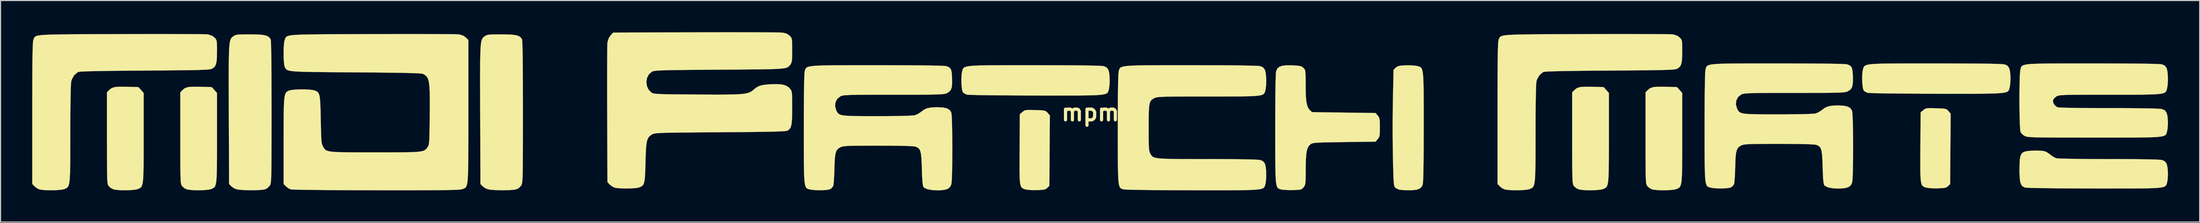
<source format=kicad_pcb>
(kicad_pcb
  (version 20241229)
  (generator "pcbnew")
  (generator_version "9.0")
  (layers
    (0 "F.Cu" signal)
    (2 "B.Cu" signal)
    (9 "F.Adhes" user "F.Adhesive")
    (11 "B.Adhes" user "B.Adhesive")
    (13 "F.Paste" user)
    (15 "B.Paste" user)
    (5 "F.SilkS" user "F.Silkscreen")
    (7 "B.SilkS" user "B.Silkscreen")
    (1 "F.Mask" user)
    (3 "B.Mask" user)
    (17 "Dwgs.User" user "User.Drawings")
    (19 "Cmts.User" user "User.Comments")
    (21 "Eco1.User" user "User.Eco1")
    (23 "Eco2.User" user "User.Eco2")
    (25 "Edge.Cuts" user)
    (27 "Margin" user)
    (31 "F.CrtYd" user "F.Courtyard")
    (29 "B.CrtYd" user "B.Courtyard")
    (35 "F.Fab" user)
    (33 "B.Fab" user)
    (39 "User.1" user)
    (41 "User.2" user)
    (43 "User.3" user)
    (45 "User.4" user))
  (footprint "mpm1"
    (layer "F.Cu")
    (at 100.885 7.614)
    (property "Reference" "mpm1" (at 0 0 0) (layer "F.SilkS") (effects (font (size 1.524 1.524) (thickness 0.3))))
    (attr through_hole)
    (fp_poly (pts (xy 79.044 -0.416) (xy 79.311 -0.409) (xy 79.729 -0.395) (xy 80.014 -0.377) (xy 80.2 -0.347) (xy 80.323 -0.296) (xy 80.418 -0.216) (xy 80.486 -0.14) (xy 80.693 0.101) (xy 80.645 6.769) (xy 80.452 6.962) (xy 80.343 7.053) (xy 80.21 7.112) (xy 80.012 7.147) (xy 79.71 7.166) (xy 79.436 7.175) (xy 78.984 7.173) (xy 78.603 7.146) (xy 78.34 7.097) (xy 78.319 7.09) (xy 78.195 7.043) (xy 78.092 6.989) (xy 78.01 6.911) (xy 77.945 6.795) (xy 77.897 6.625) (xy 77.862 6.384) (xy 77.839 6.058) (xy 77.827 5.631) (xy 77.822 5.086) (xy 77.822 4.408) (xy 77.827 3.582) (xy 77.829 3.273) (xy 77.851 -0.015) (xy 78.097 -0.226) (xy 78.211 -0.317) (xy 78.327 -0.376) (xy 78.479 -0.409) (xy 78.706 -0.42) (xy 79.044 -0.416)) (stroke (width 0.01) (type solid)) (fill yes) (layer "F.SilkS"))
    (fp_poly (pts (xy -6.216 -0.247) (xy -5.949 -0.24) (xy -5.53 -0.226) (xy -5.245 -0.208) (xy -5.059 -0.177) (xy -4.936 -0.126) (xy -4.841 -0.047) (xy -4.773 0.029) (xy -4.566 0.27) (xy -4.59 3.604) (xy -4.614 6.938) (xy -4.807 7.131) (xy -4.916 7.222) (xy -5.05 7.281) (xy -5.247 7.316) (xy -5.549 7.336) (xy -5.823 7.344) (xy -6.276 7.342) (xy -6.656 7.315) (xy -6.919 7.266) (xy -6.94 7.259) (xy -7.065 7.212) (xy -7.167 7.158) (xy -7.249 7.081) (xy -7.314 6.965) (xy -7.362 6.794) (xy -7.397 6.554) (xy -7.42 6.228) (xy -7.433 5.8) (xy -7.438 5.255) (xy -7.437 4.578) (xy -7.432 3.752) (xy -7.43 3.443) (xy -7.408 0.155) (xy -7.163 -0.057) (xy -7.048 -0.148) (xy -6.933 -0.207) (xy -6.78 -0.239) (xy -6.553 -0.251) (xy -6.216 -0.247)) (stroke (width 0.01) (type solid)) (fill yes) (layer "F.SilkS"))
    (fp_poly (pts (xy -84.881 -2.442) (xy -83.89 -2.413) (xy -83.397 -1.86) (xy -83.397 2.376) (xy -83.397 3.379) (xy -83.398 4.226) (xy -83.402 4.932) (xy -83.411 5.51) (xy -83.426 5.974) (xy -83.448 6.338) (xy -83.48 6.615) (xy -83.522 6.82) (xy -83.576 6.967) (xy -83.645 7.069) (xy -83.729 7.14) (xy -83.83 7.194) (xy -83.949 7.245) (xy -83.95 7.246) (xy -84.176 7.3) (xy -84.522 7.337) (xy -84.938 7.356) (xy -85.375 7.357) (xy -85.785 7.339) (xy -86.118 7.301) (xy -86.249 7.273) (xy -86.499 7.147) (xy -86.693 6.973) (xy -86.732 6.919) (xy -86.765 6.856) (xy -86.792 6.77) (xy -86.814 6.646) (xy -86.831 6.47) (xy -86.844 6.227) (xy -86.854 5.903) (xy -86.86 5.484) (xy -86.864 4.955) (xy -86.867 4.302) (xy -86.868 3.511) (xy -86.868 2.567) (xy -86.868 2.413) (xy -86.868 -1.924) (xy -86.647 -2.145) (xy -86.494 -2.273) (xy -86.314 -2.363) (xy -86.077 -2.419) (xy -85.752 -2.447) (xy -85.311 -2.451) (xy -84.881 -2.442)) (stroke (width 0.01) (type solid)) (fill yes) (layer "F.SilkS"))
    (fp_poly (pts (xy 53.803 -2.442) (xy 54.794 -2.413) (xy 55.287 -1.86) (xy 55.287 2.376) (xy 55.287 3.379) (xy 55.286 4.226) (xy 55.282 4.932) (xy 55.273 5.51) (xy 55.258 5.974) (xy 55.236 6.338) (xy 55.204 6.615) (xy 55.162 6.82) (xy 55.108 6.967) (xy 55.039 7.069) (xy 54.955 7.14) (xy 54.854 7.194) (xy 54.735 7.245) (xy 54.734 7.246) (xy 54.508 7.3) (xy 54.162 7.337) (xy 53.746 7.356) (xy 53.309 7.357) (xy 52.899 7.339) (xy 52.566 7.301) (xy 52.435 7.273) (xy 52.185 7.147) (xy 51.991 6.973) (xy 51.952 6.919) (xy 51.919 6.856) (xy 51.892 6.77) (xy 51.87 6.646) (xy 51.853 6.47) (xy 51.84 6.227) (xy 51.83 5.903) (xy 51.824 5.484) (xy 51.82 4.955) (xy 51.817 4.302) (xy 51.816 3.511) (xy 51.816 2.567) (xy 51.816 2.413) (xy 51.816 -1.924) (xy 52.037 -2.145) (xy 52.19 -2.273) (xy 52.37 -2.363) (xy 52.607 -2.419) (xy 52.932 -2.447) (xy 53.373 -2.451) (xy 53.803 -2.442)) (stroke (width 0.01) (type solid)) (fill yes) (layer "F.SilkS"))
    (fp_poly (pts (xy -91.824 -2.442) (xy -90.833 -2.413) (xy -90.586 -2.136) (xy -90.339 -1.86) (xy -90.339 2.376) (xy -90.339 3.379) (xy -90.341 4.226) (xy -90.345 4.932) (xy -90.354 5.51) (xy -90.369 5.974) (xy -90.391 6.338) (xy -90.422 6.615) (xy -90.465 6.82) (xy -90.519 6.967) (xy -90.587 7.069) (xy -90.671 7.14) (xy -90.772 7.194) (xy -90.892 7.245) (xy -90.893 7.246) (xy -91.119 7.3) (xy -91.465 7.337) (xy -91.881 7.356) (xy -92.318 7.357) (xy -92.728 7.339) (xy -93.061 7.301) (xy -93.192 7.273) (xy -93.442 7.147) (xy -93.636 6.973) (xy -93.675 6.919) (xy -93.708 6.856) (xy -93.735 6.77) (xy -93.756 6.646) (xy -93.774 6.47) (xy -93.787 6.227) (xy -93.796 5.903) (xy -93.803 5.484) (xy -93.807 4.955) (xy -93.809 4.302) (xy -93.81 3.511) (xy -93.811 2.567) (xy -93.811 2.413) (xy -93.811 -1.924) (xy -93.59 -2.145) (xy -93.437 -2.273) (xy -93.257 -2.363) (xy -93.019 -2.419) (xy -92.695 -2.447) (xy -92.254 -2.451) (xy -91.824 -2.442)) (stroke (width 0.01) (type solid)) (fill yes) (layer "F.SilkS"))
    (fp_poly (pts (xy 46.86 -2.442) (xy 47.851 -2.413) (xy 48.098 -2.136) (xy 48.345 -1.86) (xy 48.345 2.376) (xy 48.345 3.379) (xy 48.343 4.226) (xy 48.339 4.932) (xy 48.33 5.51) (xy 48.315 5.974) (xy 48.293 6.338) (xy 48.262 6.615) (xy 48.219 6.82) (xy 48.165 6.967) (xy 48.097 7.069) (xy 48.013 7.14) (xy 47.912 7.194) (xy 47.792 7.245) (xy 47.791 7.246) (xy 47.565 7.3) (xy 47.219 7.337) (xy 46.803 7.356) (xy 46.366 7.357) (xy 45.956 7.339) (xy 45.623 7.301) (xy 45.492 7.273) (xy 45.242 7.147) (xy 45.048 6.973) (xy 45.009 6.919) (xy 44.976 6.856) (xy 44.949 6.77) (xy 44.928 6.646) (xy 44.91 6.47) (xy 44.897 6.227) (xy 44.888 5.903) (xy 44.881 5.484) (xy 44.877 4.955) (xy 44.875 4.302) (xy 44.874 3.511) (xy 44.873 2.567) (xy 44.873 2.413) (xy 44.873 -1.924) (xy 45.094 -2.145) (xy 45.247 -2.273) (xy 45.427 -2.363) (xy 45.665 -2.419) (xy 45.989 -2.447) (xy 46.43 -2.451) (xy 46.86 -2.442)) (stroke (width 0.01) (type solid)) (fill yes) (layer "F.SilkS"))
    (fp_poly (pts (xy 29.878 -4.456) (xy 30.166 -4.417) (xy 30.216 -4.405) (xy 30.335 -4.374) (xy 30.437 -4.34) (xy 30.524 -4.291) (xy 30.597 -4.215) (xy 30.657 -4.1) (xy 30.704 -3.934) (xy 30.742 -3.703) (xy 30.77 -3.396) (xy 30.79 -3) (xy 30.804 -2.504) (xy 30.812 -1.894) (xy 30.817 -1.158) (xy 30.818 -0.285) (xy 30.818 0.738) (xy 30.818 1.373) (xy 30.817 2.606) (xy 30.812 3.686) (xy 30.804 4.611) (xy 30.793 5.378) (xy 30.779 5.985) (xy 30.762 6.429) (xy 30.742 6.708) (xy 30.728 6.801) (xy 30.618 7.041) (xy 30.431 7.206) (xy 30.14 7.307) (xy 29.725 7.353) (xy 29.361 7.358) (xy 29.009 7.347) (xy 28.703 7.327) (xy 28.499 7.301) (xy 28.471 7.294) (xy 28.251 7.192) (xy 28.124 7.103) (xy 28.081 7.055) (xy 28.045 6.982) (xy 28.016 6.866) (xy 27.992 6.689) (xy 27.972 6.434) (xy 27.955 6.082) (xy 27.94 5.616) (xy 27.924 5.018) (xy 27.907 4.27) (xy 27.905 4.203) (xy 27.891 3.351) (xy 27.882 2.388) (xy 27.88 1.372) (xy 27.883 0.362) (xy 27.892 -0.587) (xy 27.905 -1.31) (xy 27.965 -4.058) (xy 28.171 -4.252) (xy 28.298 -4.349) (xy 28.457 -4.411) (xy 28.691 -4.449) (xy 29.043 -4.471) (xy 29.115 -4.474) (xy 29.505 -4.476) (xy 29.878 -4.456)) (stroke (width 0.01) (type solid)) (fill yes) (layer "F.SilkS"))
    (fp_poly (pts (xy -79.672 -7.401) (xy -79.209 -7.375) (xy -78.868 -7.325) (xy -78.625 -7.246) (xy -78.455 -7.131) (xy -78.335 -6.976) (xy -78.319 -6.947) (xy -78.301 -6.826) (xy -78.284 -6.537) (xy -78.27 -6.08) (xy -78.258 -5.456) (xy -78.249 -4.666) (xy -78.241 -3.712) (xy -78.236 -2.593) (xy -78.233 -1.31) (xy -78.232 -0.069) (xy -78.232 1.156) (xy -78.233 2.223) (xy -78.234 3.143) (xy -78.237 3.929) (xy -78.24 4.59) (xy -78.245 5.14) (xy -78.251 5.589) (xy -78.26 5.948) (xy -78.271 6.229) (xy -78.285 6.444) (xy -78.301 6.604) (xy -78.32 6.72) (xy -78.343 6.804) (xy -78.37 6.867) (xy -78.397 6.916) (xy -78.646 7.172) (xy -78.884 7.276) (xy -79.126 7.315) (xy -79.49 7.341) (xy -79.929 7.353) (xy -80.398 7.353) (xy -80.849 7.339) (xy -81.236 7.313) (xy -81.512 7.274) (xy -81.546 7.266) (xy -81.815 7.151) (xy -82.044 6.982) (xy -82.054 6.972) (xy -82.254 6.76) (xy -82.277 0.175) (xy -82.281 -1.081) (xy -82.284 -2.18) (xy -82.286 -3.132) (xy -82.285 -3.948) (xy -82.281 -4.639) (xy -82.273 -5.218) (xy -82.26 -5.694) (xy -82.243 -6.079) (xy -82.22 -6.384) (xy -82.19 -6.621) (xy -82.154 -6.801) (xy -82.11 -6.935) (xy -82.057 -7.033) (xy -81.996 -7.109) (xy -81.925 -7.171) (xy -81.845 -7.231) (xy -81.741 -7.299) (xy -81.621 -7.347) (xy -81.455 -7.378) (xy -81.214 -7.397) (xy -80.869 -7.406) (xy -80.389 -7.408) (xy -80.279 -7.408) (xy -79.672 -7.401)) (stroke (width 0.01) (type solid)) (fill yes) (layer "F.SilkS"))
    (fp_poly (pts (xy -55.88 -7.401) (xy -55.418 -7.375) (xy -55.077 -7.325) (xy -54.833 -7.246) (xy -54.664 -7.131) (xy -54.544 -6.976) (xy -54.528 -6.947) (xy -54.509 -6.826) (xy -54.493 -6.537) (xy -54.479 -6.08) (xy -54.467 -5.456) (xy -54.457 -4.666) (xy -54.45 -3.712) (xy -54.445 -2.593) (xy -54.442 -1.31) (xy -54.441 -0.069) (xy -54.441 1.156) (xy -54.442 2.223) (xy -54.443 3.143) (xy -54.445 3.929) (xy -54.449 4.59) (xy -54.453 5.14) (xy -54.46 5.589) (xy -54.469 5.948) (xy -54.48 6.229) (xy -54.493 6.444) (xy -54.51 6.604) (xy -54.529 6.72) (xy -54.552 6.804) (xy -54.578 6.867) (xy -54.606 6.916) (xy -54.855 7.172) (xy -55.092 7.276) (xy -55.334 7.315) (xy -55.698 7.341) (xy -56.138 7.353) (xy -56.607 7.353) (xy -57.058 7.339) (xy -57.445 7.313) (xy -57.721 7.274) (xy -57.755 7.266) (xy -58.023 7.151) (xy -58.253 6.982) (xy -58.263 6.972) (xy -58.462 6.76) (xy -58.485 0.175) (xy -58.49 -1.081) (xy -58.493 -2.18) (xy -58.494 -3.132) (xy -58.493 -3.948) (xy -58.489 -4.639) (xy -58.481 -5.218) (xy -58.469 -5.694) (xy -58.452 -6.079) (xy -58.429 -6.384) (xy -58.399 -6.621) (xy -58.363 -6.801) (xy -58.318 -6.935) (xy -58.266 -7.033) (xy -58.204 -7.109) (xy -58.133 -7.171) (xy -58.054 -7.231) (xy -57.95 -7.299) (xy -57.829 -7.347) (xy -57.664 -7.378) (xy -57.423 -7.397) (xy -57.077 -7.406) (xy -56.598 -7.408) (xy -56.487 -7.408) (xy -55.88 -7.401)) (stroke (width 0.01) (type solid)) (fill yes) (layer "F.SilkS"))
    (fp_poly (pts (xy -6.143 -4.487) (xy -5.993 -4.487) (xy -4.598 -4.485) (xy -3.369 -4.481) (xy -2.306 -4.475) (xy -1.41 -4.466) (xy -0.681 -4.454) (xy -0.12 -4.44) (xy 0.272 -4.423) (xy 0.496 -4.404) (xy 0.536 -4.396) (xy 0.79 -4.286) (xy 0.944 -4.098) (xy 0.98 -4.019) (xy 1.05 -3.743) (xy 1.089 -3.362) (xy 1.096 -2.934) (xy 1.071 -2.521) (xy 1.012 -2.183) (xy 1.01 -2.173) (xy 0.982 -2.071) (xy 0.953 -1.981) (xy 0.912 -1.904) (xy 0.847 -1.838) (xy 0.746 -1.783) (xy 0.6 -1.738) (xy 0.396 -1.701) (xy 0.124 -1.672) (xy -0.227 -1.65) (xy -0.67 -1.635) (xy -1.214 -1.624) (xy -1.872 -1.617) (xy -2.654 -1.614) (xy -3.571 -1.614) (xy -4.635 -1.615) (xy -5.856 -1.616) (xy -5.903 -1.616) (xy -6.931 -1.619) (xy -7.912 -1.623) (xy -8.832 -1.629) (xy -9.678 -1.636) (xy -10.435 -1.645) (xy -11.091 -1.654) (xy -11.631 -1.665) (xy -12.041 -1.677) (xy -12.308 -1.689) (xy -12.414 -1.701) (xy -12.637 -1.796) (xy -12.791 -1.912) (xy -12.855 -2.075) (xy -12.903 -2.361) (xy -12.933 -2.722) (xy -12.942 -3.112) (xy -12.93 -3.485) (xy -12.893 -3.793) (xy -12.874 -3.88) (xy -12.845 -3.991) (xy -12.817 -4.087) (xy -12.778 -4.17) (xy -12.716 -4.241) (xy -12.62 -4.3) (xy -12.479 -4.349) (xy -12.283 -4.389) (xy -12.019 -4.42) (xy -11.677 -4.444) (xy -11.245 -4.461) (xy -10.712 -4.473) (xy -10.067 -4.481) (xy -9.299 -4.485) (xy -8.396 -4.487) (xy -7.348 -4.487) (xy -6.143 -4.487)) (stroke (width 0.01) (type solid)) (fill yes) (layer "F.SilkS"))
    (fp_poly (pts (xy 79.116 -4.656) (xy 79.266 -4.656) (xy 80.662 -4.655) (xy 81.891 -4.651) (xy 82.953 -4.644) (xy 83.849 -4.635) (xy 84.578 -4.624) (xy 85.139 -4.609) (xy 85.531 -4.593) (xy 85.755 -4.573) (xy 85.795 -4.566) (xy 86.049 -4.456) (xy 86.203 -4.267) (xy 86.24 -4.188) (xy 86.309 -3.913) (xy 86.348 -3.531) (xy 86.355 -3.104) (xy 86.33 -2.691) (xy 86.272 -2.352) (xy 86.269 -2.343) (xy 86.242 -2.24) (xy 86.213 -2.151) (xy 86.171 -2.073) (xy 86.106 -2.008) (xy 86.006 -1.953) (xy 85.859 -1.907) (xy 85.656 -1.87) (xy 85.384 -1.842) (xy 85.032 -1.82) (xy 84.589 -1.804) (xy 84.045 -1.793) (xy 83.387 -1.787) (xy 82.606 -1.784) (xy 81.688 -1.783) (xy 80.625 -1.784) (xy 79.403 -1.786) (xy 79.357 -1.786) (xy 78.328 -1.788) (xy 77.347 -1.792) (xy 76.427 -1.798) (xy 75.581 -1.805) (xy 74.824 -1.814) (xy 74.168 -1.824) (xy 73.629 -1.835) (xy 73.218 -1.846) (xy 72.951 -1.859) (xy 72.845 -1.87) (xy 72.623 -1.965) (xy 72.469 -2.082) (xy 72.404 -2.245) (xy 72.356 -2.53) (xy 72.327 -2.891) (xy 72.317 -3.281) (xy 72.33 -3.654) (xy 72.366 -3.963) (xy 72.386 -4.049) (xy 72.414 -4.16) (xy 72.442 -4.256) (xy 72.482 -4.339) (xy 72.544 -4.41) (xy 72.639 -4.469) (xy 72.78 -4.519) (xy 72.977 -4.558) (xy 73.24 -4.589) (xy 73.583 -4.613) (xy 74.015 -4.631) (xy 74.547 -4.643) (xy 75.192 -4.65) (xy 75.96 -4.655) (xy 76.863 -4.656) (xy 77.911 -4.656) (xy 79.116 -4.656)) (stroke (width 0.01) (type solid)) (fill yes) (layer "F.SilkS"))
    (fp_poly (pts (xy 89.019 3.602) (xy 89.371 3.624) (xy 89.597 3.663) (xy 89.806 3.76) (xy 90.047 3.924) (xy 90.121 3.985) (xy 90.369 4.166) (xy 90.628 4.3) (xy 90.694 4.323) (xy 90.834 4.339) (xy 91.129 4.353) (xy 91.565 4.367) (xy 92.128 4.378) (xy 92.803 4.388) (xy 93.576 4.395) (xy 94.432 4.401) (xy 95.358 4.403) (xy 95.673 4.403) (xy 96.842 4.405) (xy 97.864 4.41) (xy 98.736 4.419) (xy 99.454 4.43) (xy 100.014 4.445) (xy 100.414 4.463) (xy 100.65 4.485) (xy 100.697 4.494) (xy 100.95 4.604) (xy 101.104 4.792) (xy 101.141 4.871) (xy 101.21 5.146) (xy 101.249 5.524) (xy 101.257 5.943) (xy 101.233 6.339) (xy 101.176 6.65) (xy 101.165 6.685) (xy 101.133 6.778) (xy 101.098 6.859) (xy 101.049 6.929) (xy 100.975 6.989) (xy 100.865 7.039) (xy 100.707 7.08) (xy 100.49 7.113) (xy 100.203 7.139) (xy 99.834 7.159) (xy 99.373 7.173) (xy 98.808 7.183) (xy 98.129 7.188) (xy 97.322 7.191) (xy 96.379 7.191) (xy 95.286 7.19) (xy 94.258 7.189) (xy 93.115 7.187) (xy 92.053 7.182) (xy 91.082 7.176) (xy 90.213 7.168) (xy 89.457 7.158) (xy 88.823 7.147) (xy 88.323 7.135) (xy 87.967 7.121) (xy 87.765 7.107) (xy 87.73 7.1) (xy 87.538 7.014) (xy 87.397 6.868) (xy 87.3 6.64) (xy 87.241 6.305) (xy 87.212 5.842) (xy 87.207 5.392) (xy 87.215 4.834) (xy 87.243 4.42) (xy 87.298 4.124) (xy 87.388 3.922) (xy 87.517 3.788) (xy 87.657 3.712) (xy 87.881 3.657) (xy 88.219 3.62) (xy 88.617 3.601) (xy 89.019 3.602)) (stroke (width 0.01) (type solid)) (fill yes) (layer "F.SilkS"))
    (fp_poly (pts (xy 18.388 -4.472) (xy 18.781 -4.452) (xy 19.046 -4.423) (xy 19.222 -4.376) (xy 19.352 -4.302) (xy 19.427 -4.237) (xy 19.507 -4.157) (xy 19.564 -4.073) (xy 19.603 -3.957) (xy 19.626 -3.78) (xy 19.638 -3.516) (xy 19.642 -3.136) (xy 19.643 -2.656) (xy 19.65 -1.957) (xy 19.675 -1.406) (xy 19.722 -0.981) (xy 19.792 -0.662) (xy 19.89 -0.428) (xy 20.02 -0.258) (xy 20.035 -0.243) (xy 20.249 -0.042) (xy 23.255 0) (xy 26.262 0.042) (xy 26.466 0.28) (xy 26.558 0.401) (xy 26.618 0.533) (xy 26.652 0.713) (xy 26.667 0.982) (xy 26.67 1.379) (xy 26.67 1.397) (xy 26.667 1.8) (xy 26.652 2.073) (xy 26.62 2.256) (xy 26.561 2.388) (xy 26.47 2.509) (xy 26.466 2.514) (xy 26.262 2.752) (xy 23.297 2.794) (xy 22.508 2.806) (xy 21.871 2.817) (xy 21.368 2.828) (xy 20.98 2.841) (xy 20.69 2.857) (xy 20.479 2.877) (xy 20.331 2.903) (xy 20.227 2.935) (xy 20.149 2.975) (xy 20.093 3.014) (xy 19.95 3.151) (xy 19.84 3.338) (xy 19.76 3.596) (xy 19.704 3.948) (xy 19.67 4.414) (xy 19.653 5.016) (xy 19.649 5.393) (xy 19.646 5.923) (xy 19.639 6.311) (xy 19.626 6.585) (xy 19.602 6.772) (xy 19.564 6.901) (xy 19.509 6.998) (xy 19.438 7.086) (xy 19.335 7.195) (xy 19.227 7.266) (xy 19.075 7.307) (xy 18.838 7.328) (xy 18.478 7.339) (xy 18.401 7.341) (xy 18.008 7.34) (xy 17.648 7.323) (xy 17.375 7.293) (xy 17.287 7.273) (xy 17.184 7.241) (xy 17.095 7.203) (xy 17.019 7.147) (xy 16.956 7.061) (xy 16.905 6.931) (xy 16.863 6.747) (xy 16.831 6.495) (xy 16.806 6.164) (xy 16.789 5.741) (xy 16.777 5.213) (xy 16.77 4.568) (xy 16.766 3.794) (xy 16.765 2.879) (xy 16.764 1.81) (xy 16.764 1.506) (xy 16.766 0.272) (xy 16.771 -0.808) (xy 16.779 -1.733) (xy 16.79 -2.5) (xy 16.804 -3.107) (xy 16.82 -3.551) (xy 16.84 -3.83) (xy 16.855 -3.923) (xy 16.959 -4.16) (xy 17.134 -4.325) (xy 17.403 -4.428) (xy 17.789 -4.475) (xy 18.314 -4.475) (xy 18.388 -4.472)) (stroke (width 0.01) (type solid)) (fill yes) (layer "F.SilkS"))
    (fp_poly (pts (xy -88.179 -7.439) (xy -87.278 -7.437) (xy -86.47 -7.434) (xy -85.767 -7.431) (xy -85.182 -7.426) (xy -84.727 -7.42) (xy -84.415 -7.414) (xy -84.258 -7.406) (xy -84.251 -7.405) (xy -83.846 -7.271) (xy -83.637 -7.111) (xy -83.537 -7.006) (xy -83.47 -6.905) (xy -83.429 -6.772) (xy -83.407 -6.575) (xy -83.398 -6.278) (xy -83.397 -5.849) (xy -83.397 -5.81) (xy -83.404 -5.274) (xy -83.432 -4.878) (xy -83.489 -4.595) (xy -83.582 -4.395) (xy -83.719 -4.252) (xy -83.858 -4.163) (xy -83.92 -4.136) (xy -84.007 -4.112) (xy -84.132 -4.092) (xy -84.306 -4.074) (xy -84.541 -4.058) (xy -84.849 -4.045) (xy -85.242 -4.033) (xy -85.731 -4.023) (xy -86.328 -4.014) (xy -87.046 -4.005) (xy -87.895 -3.997) (xy -88.887 -3.989) (xy -90.036 -3.981) (xy -90.255 -3.979) (xy -91.537 -3.97) (xy -92.656 -3.959) (xy -93.62 -3.948) (xy -94.434 -3.936) (xy -95.107 -3.922) (xy -95.643 -3.908) (xy -96.051 -3.891) (xy -96.337 -3.874) (xy -96.507 -3.854) (xy -96.562 -3.839) (xy -96.911 -3.542) (xy -97.14 -3.136) (xy -97.19 -2.963) (xy -97.211 -2.787) (xy -97.229 -2.449) (xy -97.244 -1.961) (xy -97.257 -1.33) (xy -97.268 -0.566) (xy -97.275 0.322) (xy -97.279 1.326) (xy -97.28 1.971) (xy -97.281 3.02) (xy -97.282 3.914) (xy -97.287 4.664) (xy -97.295 5.284) (xy -97.308 5.788) (xy -97.328 6.189) (xy -97.357 6.5) (xy -97.394 6.735) (xy -97.442 6.906) (xy -97.503 7.026) (xy -97.577 7.11) (xy -97.665 7.169) (xy -97.771 7.219) (xy -97.827 7.242) (xy -98.051 7.296) (xy -98.397 7.334) (xy -98.815 7.356) (xy -99.258 7.359) (xy -99.677 7.345) (xy -100.026 7.312) (xy -100.208 7.276) (xy -100.45 7.158) (xy -100.672 6.981) (xy -100.673 6.98) (xy -100.88 6.76) (xy -100.88 0.057) (xy -100.88 -1.228) (xy -100.878 -2.352) (xy -100.875 -3.327) (xy -100.87 -4.161) (xy -100.864 -4.864) (xy -100.856 -5.445) (xy -100.846 -5.915) (xy -100.834 -6.282) (xy -100.819 -6.557) (xy -100.803 -6.749) (xy -100.783 -6.867) (xy -100.772 -6.903) (xy -100.739 -6.987) (xy -100.71 -7.061) (xy -100.673 -7.126) (xy -100.619 -7.183) (xy -100.538 -7.231) (xy -100.42 -7.273) (xy -100.253 -7.307) (xy -100.029 -7.336) (xy -99.737 -7.359) (xy -99.366 -7.377) (xy -98.907 -7.392) (xy -98.349 -7.403) (xy -97.682 -7.411) (xy -96.897 -7.417) (xy -95.982 -7.422) (xy -94.927 -7.426) (xy -93.723 -7.43) (xy -92.456 -7.434) (xy -91.31 -7.437) (xy -90.207 -7.439) (xy -89.159 -7.439) (xy -88.179 -7.439)) (stroke (width 0.01) (type solid)) (fill yes) (layer "F.SilkS"))
    (fp_poly (pts (xy 50.505 -7.439) (xy 51.406 -7.437) (xy 52.214 -7.434) (xy 52.917 -7.431) (xy 53.502 -7.426) (xy 53.957 -7.42) (xy 54.269 -7.414) (xy 54.426 -7.406) (xy 54.433 -7.405) (xy 54.838 -7.271) (xy 55.047 -7.111) (xy 55.147 -7.006) (xy 55.214 -6.905) (xy 55.255 -6.772) (xy 55.277 -6.575) (xy 55.286 -6.278) (xy 55.287 -5.849) (xy 55.287 -5.81) (xy 55.28 -5.274) (xy 55.252 -4.878) (xy 55.195 -4.595) (xy 55.102 -4.395) (xy 54.965 -4.252) (xy 54.826 -4.163) (xy 54.764 -4.136) (xy 54.677 -4.112) (xy 54.552 -4.092) (xy 54.378 -4.074) (xy 54.143 -4.058) (xy 53.835 -4.045) (xy 53.442 -4.033) (xy 52.953 -4.023) (xy 52.356 -4.014) (xy 51.638 -4.005) (xy 50.789 -3.997) (xy 49.797 -3.989) (xy 48.648 -3.981) (xy 48.429 -3.979) (xy 47.147 -3.97) (xy 46.028 -3.959) (xy 45.064 -3.948) (xy 44.25 -3.936) (xy 43.577 -3.922) (xy 43.041 -3.908) (xy 42.633 -3.891) (xy 42.347 -3.874) (xy 42.177 -3.854) (xy 42.122 -3.839) (xy 41.773 -3.542) (xy 41.544 -3.136) (xy 41.494 -2.963) (xy 41.473 -2.787) (xy 41.455 -2.449) (xy 41.44 -1.961) (xy 41.427 -1.33) (xy 41.416 -0.566) (xy 41.409 0.322) (xy 41.405 1.326) (xy 41.404 1.971) (xy 41.403 3.02) (xy 41.402 3.914) (xy 41.397 4.664) (xy 41.389 5.284) (xy 41.376 5.788) (xy 41.356 6.189) (xy 41.327 6.5) (xy 41.29 6.735) (xy 41.242 6.906) (xy 41.181 7.026) (xy 41.107 7.11) (xy 41.019 7.169) (xy 40.913 7.219) (xy 40.857 7.242) (xy 40.633 7.296) (xy 40.287 7.334) (xy 39.869 7.356) (xy 39.426 7.359) (xy 39.007 7.345) (xy 38.658 7.312) (xy 38.476 7.276) (xy 38.234 7.158) (xy 38.012 6.981) (xy 38.011 6.98) (xy 37.804 6.76) (xy 37.804 0.057) (xy 37.804 -1.228) (xy 37.806 -2.352) (xy 37.809 -3.327) (xy 37.814 -4.161) (xy 37.82 -4.864) (xy 37.828 -5.445) (xy 37.838 -5.915) (xy 37.85 -6.282) (xy 37.865 -6.557) (xy 37.881 -6.749) (xy 37.901 -6.867) (xy 37.912 -6.903) (xy 37.945 -6.987) (xy 37.974 -7.061) (xy 38.011 -7.126) (xy 38.065 -7.183) (xy 38.146 -7.231) (xy 38.264 -7.273) (xy 38.431 -7.307) (xy 38.655 -7.336) (xy 38.947 -7.359) (xy 39.318 -7.377) (xy 39.777 -7.392) (xy 40.335 -7.403) (xy 41.002 -7.411) (xy 41.787 -7.417) (xy 42.702 -7.422) (xy 43.757 -7.426) (xy 44.961 -7.43) (xy 46.228 -7.434) (xy 47.374 -7.437) (xy 48.477 -7.439) (xy 49.525 -7.439) (xy 50.505 -7.439)) (stroke (width 0.01) (type solid)) (fill yes) (layer "F.SilkS"))
    (fp_poly (pts (xy 94.168 -4.656) (xy 95.563 -4.655) (xy 96.792 -4.651) (xy 97.855 -4.644) (xy 98.751 -4.635) (xy 99.479 -4.624) (xy 100.04 -4.609) (xy 100.433 -4.593) (xy 100.657 -4.573) (xy 100.697 -4.566) (xy 100.95 -4.456) (xy 101.104 -4.267) (xy 101.141 -4.188) (xy 101.208 -3.921) (xy 101.247 -3.545) (xy 101.258 -3.118) (xy 101.24 -2.698) (xy 101.191 -2.343) (xy 101.17 -2.258) (xy 101.138 -2.143) (xy 101.1 -2.045) (xy 101.045 -1.962) (xy 100.96 -1.893) (xy 100.832 -1.837) (xy 100.648 -1.793) (xy 100.395 -1.759) (xy 100.061 -1.734) (xy 99.634 -1.716) (xy 99.099 -1.704) (xy 98.445 -1.697) (xy 97.659 -1.694) (xy 96.728 -1.693) (xy 95.74 -1.693) (xy 94.719 -1.693) (xy 93.854 -1.692) (xy 93.131 -1.69) (xy 92.536 -1.686) (xy 92.055 -1.68) (xy 91.675 -1.672) (xy 91.381 -1.66) (xy 91.16 -1.646) (xy 90.999 -1.627) (xy 90.883 -1.604) (xy 90.798 -1.577) (xy 90.731 -1.544) (xy 90.707 -1.53) (xy 90.512 -1.373) (xy 90.389 -1.205) (xy 90.382 -1.187) (xy 90.39 -0.961) (xy 90.518 -0.727) (xy 90.729 -0.545) (xy 90.815 -0.504) (xy 90.944 -0.487) (xy 91.23 -0.472) (xy 91.661 -0.458) (xy 92.224 -0.446) (xy 92.908 -0.437) (xy 93.699 -0.43) (xy 94.587 -0.425) (xy 95.557 -0.423) (xy 95.7 -0.423) (xy 96.864 -0.421) (xy 97.883 -0.416) (xy 98.751 -0.407) (xy 99.466 -0.395) (xy 100.023 -0.38) (xy 100.42 -0.362) (xy 100.652 -0.341) (xy 100.697 -0.332) (xy 100.95 -0.222) (xy 101.104 -0.034) (xy 101.141 0.045) (xy 101.214 0.332) (xy 101.252 0.722) (xy 101.254 1.151) (xy 101.22 1.557) (xy 101.17 1.806) (xy 101.143 1.909) (xy 101.114 1.998) (xy 101.072 2.075) (xy 101.007 2.141) (xy 100.906 2.196) (xy 100.76 2.241) (xy 100.556 2.278) (xy 100.283 2.307) (xy 99.931 2.33) (xy 99.488 2.346) (xy 98.944 2.357) (xy 98.285 2.365) (xy 97.503 2.369) (xy 96.585 2.37) (xy 95.521 2.371) (xy 94.298 2.371) (xy 94.258 2.371) (xy 93.074 2.37) (xy 92.048 2.369) (xy 91.167 2.368) (xy 90.42 2.365) (xy 89.795 2.36) (xy 89.28 2.354) (xy 88.863 2.346) (xy 88.533 2.336) (xy 88.277 2.323) (xy 88.083 2.308) (xy 87.94 2.289) (xy 87.836 2.267) (xy 87.759 2.242) (xy 87.716 2.222) (xy 87.492 2.069) (xy 87.329 1.888) (xy 87.315 1.863) (xy 87.286 1.72) (xy 87.261 1.433) (xy 87.241 1.027) (xy 87.225 0.527) (xy 87.213 -0.042) (xy 87.206 -0.655) (xy 87.204 -1.287) (xy 87.206 -1.912) (xy 87.214 -2.506) (xy 87.226 -3.043) (xy 87.243 -3.499) (xy 87.264 -3.848) (xy 87.291 -4.066) (xy 87.298 -4.092) (xy 87.325 -4.195) (xy 87.354 -4.284) (xy 87.396 -4.362) (xy 87.462 -4.427) (xy 87.563 -4.483) (xy 87.711 -4.528) (xy 87.916 -4.565) (xy 88.19 -4.594) (xy 88.543 -4.616) (xy 88.988 -4.632) (xy 89.536 -4.644) (xy 90.197 -4.651) (xy 90.983 -4.655) (xy 91.905 -4.656) (xy 92.974 -4.656) (xy 94.168 -4.656)) (stroke (width 0.01) (type solid)) (fill yes) (layer "F.SilkS"))
    (fp_poly (pts (xy 8.824 -4.487) (xy 10.219 -4.485) (xy 11.448 -4.481) (xy 12.511 -4.475) (xy 13.407 -4.466) (xy 14.135 -4.454) (xy 14.696 -4.44) (xy 15.089 -4.423) (xy 15.313 -4.404) (xy 15.353 -4.396) (xy 15.606 -4.286) (xy 15.76 -4.098) (xy 15.797 -4.019) (xy 15.864 -3.752) (xy 15.903 -3.376) (xy 15.914 -2.949) (xy 15.896 -2.529) (xy 15.847 -2.173) (xy 15.826 -2.089) (xy 15.794 -1.974) (xy 15.756 -1.875) (xy 15.701 -1.793) (xy 15.616 -1.724) (xy 15.488 -1.668) (xy 15.304 -1.624) (xy 15.051 -1.59) (xy 14.717 -1.564) (xy 14.29 -1.546) (xy 13.755 -1.535) (xy 13.101 -1.528) (xy 12.315 -1.525) (xy 11.384 -1.524) (xy 10.396 -1.524) (xy 9.37 -1.524) (xy 8.499 -1.522) (xy 7.771 -1.52) (xy 7.17 -1.515) (xy 6.684 -1.509) (xy 6.298 -1.5) (xy 5.999 -1.488) (xy 5.773 -1.472) (xy 5.606 -1.453) (xy 5.484 -1.43) (xy 5.394 -1.402) (xy 5.334 -1.376) (xy 5.177 -1.29) (xy 5.053 -1.193) (xy 4.958 -1.065) (xy 4.889 -0.886) (xy 4.84 -0.638) (xy 4.81 -0.298) (xy 4.793 0.151) (xy 4.785 0.73) (xy 4.784 1.439) (xy 4.785 2.111) (xy 4.789 2.635) (xy 4.797 3.034) (xy 4.812 3.329) (xy 4.834 3.543) (xy 4.864 3.696) (xy 4.904 3.812) (xy 4.937 3.88) (xy 4.998 3.988) (xy 5.06 4.08) (xy 5.139 4.157) (xy 5.246 4.221) (xy 5.395 4.273) (xy 5.6 4.313) (xy 5.874 4.345) (xy 6.229 4.368) (xy 6.68 4.384) (xy 7.239 4.394) (xy 7.92 4.4) (xy 8.736 4.402) (xy 9.7 4.403) (xy 10.348 4.403) (xy 11.514 4.405) (xy 12.533 4.41) (xy 13.402 4.419) (xy 14.118 4.431) (xy 14.676 4.446) (xy 15.074 4.464) (xy 15.308 4.485) (xy 15.353 4.494) (xy 15.606 4.604) (xy 15.76 4.792) (xy 15.797 4.871) (xy 15.864 5.138) (xy 15.903 5.514) (xy 15.914 5.941) (xy 15.896 6.361) (xy 15.847 6.717) (xy 15.826 6.801) (xy 15.799 6.904) (xy 15.77 6.993) (xy 15.728 7.071) (xy 15.663 7.136) (xy 15.563 7.191) (xy 15.417 7.237) (xy 15.213 7.274) (xy 14.941 7.302) (xy 14.589 7.324) (xy 14.147 7.34) (xy 13.602 7.351) (xy 12.945 7.357) (xy 12.163 7.36) (xy 11.246 7.361) (xy 10.182 7.36) (xy 8.96 7.358) (xy 8.914 7.358) (xy 7.771 7.356) (xy 6.709 7.351) (xy 5.738 7.345) (xy 4.869 7.337) (xy 4.113 7.327) (xy 3.479 7.316) (xy 2.979 7.304) (xy 2.623 7.29) (xy 2.421 7.276) (xy 2.386 7.27) (xy 2.282 7.239) (xy 2.193 7.202) (xy 2.118 7.147) (xy 2.055 7.061) (xy 2.003 6.932) (xy 1.962 6.749) (xy 1.93 6.497) (xy 1.905 6.166) (xy 1.888 5.742) (xy 1.876 5.214) (xy 1.868 4.569) (xy 1.865 3.795) (xy 1.863 2.88) (xy 1.863 1.811) (xy 1.863 1.506) (xy 1.865 0.272) (xy 1.87 -0.808) (xy 1.878 -1.733) (xy 1.888 -2.5) (xy 1.902 -3.107) (xy 1.919 -3.551) (xy 1.939 -3.83) (xy 1.954 -3.923) (xy 1.981 -4.026) (xy 2.01 -4.115) (xy 2.052 -4.192) (xy 2.118 -4.258) (xy 2.219 -4.313) (xy 2.367 -4.359) (xy 2.572 -4.396) (xy 2.846 -4.425) (xy 3.199 -4.447) (xy 3.644 -4.463) (xy 4.192 -4.474) (xy 4.853 -4.481) (xy 5.639 -4.485) (xy 6.561 -4.487) (xy 7.63 -4.487) (xy 8.824 -4.487)) (stroke (width 0.01) (type solid)) (fill yes) (layer "F.SilkS"))
    (fp_poly (pts (xy -33.849 -7.608) (xy -32.945 -7.607) (xy -32.133 -7.604) (xy -31.426 -7.6) (xy -30.836 -7.595) (xy -30.376 -7.589) (xy -30.06 -7.582) (xy -29.899 -7.575) (xy -29.894 -7.574) (xy -29.552 -7.505) (xy -29.306 -7.377) (xy -29.196 -7.28) (xy -29.099 -7.179) (xy -29.033 -7.081) (xy -28.991 -6.954) (xy -28.968 -6.766) (xy -28.958 -6.484) (xy -28.956 -6.076) (xy -28.956 -5.902) (xy -28.958 -5.434) (xy -28.968 -5.102) (xy -28.99 -4.875) (xy -29.028 -4.72) (xy -29.085 -4.605) (xy -29.132 -4.541) (xy -29.195 -4.46) (xy -29.255 -4.389) (xy -29.325 -4.329) (xy -29.415 -4.278) (xy -29.539 -4.235) (xy -29.707 -4.199) (xy -29.932 -4.17) (xy -30.226 -4.146) (xy -30.599 -4.127) (xy -31.066 -4.112) (xy -31.636 -4.101) (xy -32.322 -4.091) (xy -33.136 -4.083) (xy -34.089 -4.076) (xy -35.194 -4.068) (xy -35.814 -4.064) (xy -36.985 -4.056) (xy -38 -4.048) (xy -38.868 -4.04) (xy -39.604 -4.032) (xy -40.217 -4.024) (xy -40.722 -4.014) (xy -41.129 -4.003) (xy -41.45 -3.991) (xy -41.698 -3.976) (xy -41.884 -3.959) (xy -42.02 -3.939) (xy -42.119 -3.915) (xy -42.192 -3.889) (xy -42.234 -3.868) (xy -42.517 -3.626) (xy -42.691 -3.294) (xy -42.755 -2.915) (xy -42.709 -2.529) (xy -42.55 -2.177) (xy -42.28 -1.9) (xy -42.274 -1.896) (xy -42.212 -1.86) (xy -42.134 -1.829) (xy -42.025 -1.803) (xy -41.871 -1.782) (xy -41.656 -1.765) (xy -41.367 -1.752) (xy -40.987 -1.741) (xy -40.503 -1.733) (xy -39.899 -1.726) (xy -39.161 -1.719) (xy -38.274 -1.714) (xy -37.899 -1.711) (xy -36.881 -1.706) (xy -36.016 -1.704) (xy -35.292 -1.706) (xy -34.692 -1.714) (xy -34.203 -1.729) (xy -33.81 -1.753) (xy -33.497 -1.786) (xy -33.25 -1.831) (xy -33.054 -1.888) (xy -32.895 -1.96) (xy -32.758 -2.046) (xy -32.627 -2.149) (xy -32.568 -2.201) (xy -32.333 -2.385) (xy -32.091 -2.513) (xy -31.802 -2.598) (xy -31.424 -2.652) (xy -30.946 -2.685) (xy -30.356 -2.697) (xy -29.903 -2.658) (xy -29.56 -2.563) (xy -29.301 -2.406) (xy -29.174 -2.278) (xy -29.097 -2.183) (xy -29.041 -2.088) (xy -29.002 -1.968) (xy -28.978 -1.795) (xy -28.964 -1.544) (xy -28.958 -1.186) (xy -28.956 -0.697) (xy -28.956 -0.455) (xy -28.96 0.176) (xy -28.975 0.66) (xy -29.007 1.022) (xy -29.059 1.284) (xy -29.137 1.47) (xy -29.246 1.602) (xy -29.389 1.705) (xy -29.401 1.712) (xy -29.475 1.734) (xy -29.622 1.753) (xy -29.853 1.771) (xy -30.176 1.786) (xy -30.601 1.8) (xy -31.138 1.813) (xy -31.797 1.824) (xy -32.588 1.835) (xy -33.519 1.845) (xy -34.6 1.854) (xy -35.772 1.863) (xy -36.944 1.871) (xy -37.959 1.878) (xy -38.829 1.886) (xy -39.565 1.893) (xy -40.179 1.902) (xy -40.685 1.911) (xy -41.092 1.921) (xy -41.414 1.933) (xy -41.662 1.947) (xy -41.848 1.964) (xy -41.984 1.984) (xy -42.083 2.007) (xy -42.156 2.033) (xy -42.215 2.064) (xy -42.226 2.071) (xy -42.395 2.186) (xy -42.527 2.317) (xy -42.628 2.487) (xy -42.702 2.716) (xy -42.755 3.027) (xy -42.793 3.441) (xy -42.818 3.98) (xy -42.838 4.666) (xy -42.839 4.699) (xy -42.857 5.363) (xy -42.878 5.879) (xy -42.907 6.269) (xy -42.95 6.552) (xy -43.011 6.752) (xy -43.095 6.889) (xy -43.208 6.984) (xy -43.353 7.059) (xy -43.396 7.077) (xy -43.615 7.129) (xy -43.956 7.166) (xy -44.37 7.186) (xy -44.809 7.19) (xy -45.227 7.176) (xy -45.575 7.144) (xy -45.767 7.106) (xy -46.01 6.989) (xy -46.231 6.812) (xy -46.233 6.811) (xy -46.44 6.59) (xy -46.465 0.141) (xy -46.468 -0.898) (xy -46.47 -1.895) (xy -46.471 -2.836) (xy -46.47 -3.706) (xy -46.468 -4.492) (xy -46.464 -5.18) (xy -46.459 -5.755) (xy -46.454 -6.204) (xy -46.447 -6.513) (xy -46.439 -6.668) (xy -46.438 -6.673) (xy -46.307 -7.071) (xy -46.144 -7.308) (xy -45.903 -7.578) (xy -38.128 -7.603) (xy -36.984 -7.606) (xy -35.882 -7.608) (xy -34.832 -7.609) (xy -33.849 -7.608)) (stroke (width 0.01) (type solid)) (fill yes) (layer "F.SilkS"))
    (fp_poly (pts (xy -20.894 -4.487) (xy -19.621 -4.486) (xy -18.472 -4.482) (xy -17.452 -4.476) (xy -16.566 -4.468) (xy -15.822 -4.458) (xy -15.225 -4.446) (xy -14.78 -4.431) (xy -14.494 -4.415) (xy -14.381 -4.401) (xy -14.156 -4.321) (xy -14.003 -4.21) (xy -13.908 -4.034) (xy -13.854 -3.763) (xy -13.826 -3.362) (xy -13.821 -3.229) (xy -13.817 -2.75) (xy -13.85 -2.406) (xy -13.933 -2.163) (xy -14.076 -1.989) (xy -14.291 -1.851) (xy -14.31 -1.842) (xy -14.384 -1.81) (xy -14.479 -1.783) (xy -14.608 -1.76) (xy -14.785 -1.742) (xy -15.023 -1.727) (xy -15.337 -1.716) (xy -15.741 -1.707) (xy -16.247 -1.701) (xy -16.871 -1.697) (xy -17.625 -1.695) (xy -18.524 -1.694) (xy -19.346 -1.693) (xy -20.369 -1.693) (xy -21.237 -1.692) (xy -21.963 -1.689) (xy -22.561 -1.685) (xy -23.045 -1.678) (xy -23.428 -1.669) (xy -23.725 -1.657) (xy -23.95 -1.641) (xy -24.115 -1.622) (xy -24.236 -1.599) (xy -24.325 -1.571) (xy -24.383 -1.545) (xy -24.68 -1.31) (xy -24.853 -0.986) (xy -24.892 -0.609) (xy -24.788 -0.217) (xy -24.764 -0.167) (xy -24.696 -0.044) (xy -24.623 0.057) (xy -24.528 0.139) (xy -24.394 0.203) (xy -24.206 0.251) (xy -23.947 0.287) (xy -23.602 0.311) (xy -23.155 0.326) (xy -22.588 0.334) (xy -21.887 0.338) (xy -21.035 0.338) (xy -20.896 0.338) (xy -20.01 0.336) (xy -19.229 0.328) (xy -18.564 0.317) (xy -18.028 0.301) (xy -17.632 0.282) (xy -17.388 0.26) (xy -17.333 0.249) (xy -17.06 0.132) (xy -16.783 -0.045) (xy -16.724 -0.094) (xy -16.461 -0.288) (xy -16.171 -0.413) (xy -15.811 -0.482) (xy -15.337 -0.507) (xy -15.217 -0.508) (xy -14.696 -0.482) (xy -14.318 -0.4) (xy -14.063 -0.254) (xy -13.912 -0.036) (xy -13.897 0.004) (xy -13.871 0.162) (xy -13.85 0.467) (xy -13.832 0.892) (xy -13.818 1.416) (xy -13.808 2.014) (xy -13.801 2.662) (xy -13.799 3.336) (xy -13.8 4.013) (xy -13.805 4.668) (xy -13.814 5.278) (xy -13.827 5.819) (xy -13.844 6.268) (xy -13.864 6.6) (xy -13.889 6.791) (xy -13.892 6.801) (xy -14.011 7.051) (xy -14.222 7.221) (xy -14.545 7.322) (xy -15.003 7.363) (xy -15.174 7.366) (xy -15.737 7.337) (xy -16.168 7.254) (xy -16.454 7.12) (xy -16.522 7.055) (xy -16.568 6.947) (xy -16.606 6.733) (xy -16.636 6.398) (xy -16.661 5.925) (xy -16.68 5.342) (xy -16.701 4.716) (xy -16.729 4.237) (xy -16.772 3.882) (xy -16.835 3.629) (xy -16.924 3.454) (xy -17.048 3.337) (xy -17.211 3.253) (xy -17.29 3.224) (xy -17.456 3.197) (xy -17.785 3.175) (xy -18.273 3.158) (xy -18.914 3.145) (xy -19.702 3.136) (xy -20.632 3.133) (xy -20.819 3.133) (xy -21.66 3.133) (xy -22.348 3.136) (xy -22.9 3.14) (xy -23.335 3.148) (xy -23.669 3.16) (xy -23.918 3.176) (xy -24.101 3.197) (xy -24.234 3.224) (xy -24.335 3.258) (xy -24.384 3.281) (xy -24.565 3.388) (xy -24.702 3.521) (xy -24.801 3.703) (xy -24.869 3.959) (xy -24.914 4.314) (xy -24.941 4.793) (xy -24.956 5.334) (xy -24.972 5.821) (xy -24.995 6.262) (xy -25.023 6.625) (xy -25.054 6.875) (xy -25.074 6.958) (xy -25.235 7.17) (xy -25.421 7.276) (xy -25.662 7.323) (xy -26.014 7.35) (xy -26.42 7.355) (xy -26.824 7.34) (xy -27.167 7.304) (xy -27.332 7.27) (xy -27.436 7.239) (xy -27.525 7.202) (xy -27.6 7.147) (xy -27.663 7.061) (xy -27.715 6.932) (xy -27.756 6.749) (xy -27.788 6.497) (xy -27.813 6.166) (xy -27.83 5.742) (xy -27.842 5.214) (xy -27.85 4.569) (xy -27.853 3.795) (xy -27.855 2.88) (xy -27.855 1.811) (xy -27.855 1.506) (xy -27.853 0.272) (xy -27.848 -0.808) (xy -27.84 -1.733) (xy -27.83 -2.5) (xy -27.816 -3.107) (xy -27.799 -3.551) (xy -27.779 -3.83) (xy -27.764 -3.923) (xy -27.737 -4.026) (xy -27.708 -4.115) (xy -27.666 -4.192) (xy -27.6 -4.258) (xy -27.499 -4.313) (xy -27.351 -4.359) (xy -27.146 -4.396) (xy -26.872 -4.425) (xy -26.519 -4.447) (xy -26.074 -4.463) (xy -25.526 -4.474) (xy -24.865 -4.481) (xy -24.079 -4.485) (xy -23.157 -4.487) (xy -22.088 -4.487) (xy -20.894 -4.487)) (stroke (width 0.01) (type solid)) (fill yes) (layer "F.SilkS"))
    (fp_poly (pts (xy 64.365 -4.656) (xy 65.638 -4.655) (xy 66.787 -4.651) (xy 67.808 -4.645) (xy 68.693 -4.637) (xy 69.437 -4.627) (xy 70.034 -4.615) (xy 70.479 -4.601) (xy 70.765 -4.585) (xy 70.878 -4.57) (xy 71.103 -4.491) (xy 71.256 -4.379) (xy 71.352 -4.204) (xy 71.406 -3.932) (xy 71.434 -3.532) (xy 71.439 -3.398) (xy 71.443 -2.919) (xy 71.409 -2.575) (xy 71.327 -2.332) (xy 71.183 -2.159) (xy 70.968 -2.02) (xy 70.949 -2.011) (xy 70.875 -1.979) (xy 70.78 -1.952) (xy 70.652 -1.93) (xy 70.475 -1.911) (xy 70.236 -1.896) (xy 69.922 -1.885) (xy 69.519 -1.876) (xy 69.012 -1.87) (xy 68.388 -1.866) (xy 67.634 -1.864) (xy 66.735 -1.863) (xy 65.913 -1.863) (xy 64.89 -1.862) (xy 64.022 -1.861) (xy 63.296 -1.858) (xy 62.698 -1.854) (xy 62.215 -1.847) (xy 61.831 -1.838) (xy 61.534 -1.826) (xy 61.309 -1.811) (xy 61.144 -1.791) (xy 61.023 -1.768) (xy 60.934 -1.74) (xy 60.877 -1.714) (xy 60.58 -1.479) (xy 60.407 -1.155) (xy 60.367 -0.779) (xy 60.471 -0.386) (xy 60.496 -0.336) (xy 60.563 -0.213) (xy 60.636 -0.112) (xy 60.731 -0.031) (xy 60.865 0.033) (xy 61.053 0.082) (xy 61.312 0.117) (xy 61.657 0.141) (xy 62.105 0.157) (xy 62.671 0.165) (xy 63.372 0.168) (xy 64.225 0.169) (xy 64.364 0.169) (xy 65.249 0.166) (xy 66.031 0.159) (xy 66.695 0.148) (xy 67.232 0.132) (xy 67.628 0.113) (xy 67.871 0.09) (xy 67.926 0.08) (xy 68.199 -0.037) (xy 68.476 -0.215) (xy 68.535 -0.263) (xy 68.798 -0.457) (xy 69.088 -0.583) (xy 69.448 -0.652) (xy 69.922 -0.677) (xy 70.043 -0.677) (xy 70.563 -0.652) (xy 70.941 -0.57) (xy 71.196 -0.423) (xy 71.347 -0.206) (xy 71.363 -0.166) (xy 71.388 -0.007) (xy 71.41 0.297) (xy 71.427 0.723) (xy 71.441 1.247) (xy 71.452 1.844) (xy 71.458 2.492) (xy 71.461 3.167) (xy 71.46 3.843) (xy 71.454 4.499) (xy 71.445 5.109) (xy 71.433 5.65) (xy 71.416 6.099) (xy 71.395 6.43) (xy 71.37 6.622) (xy 71.368 6.632) (xy 71.248 6.881) (xy 71.037 7.052) (xy 70.714 7.153) (xy 70.256 7.194) (xy 70.086 7.196) (xy 69.522 7.168) (xy 69.091 7.085) (xy 68.806 6.951) (xy 68.737 6.886) (xy 68.691 6.778) (xy 68.654 6.564) (xy 68.623 6.229) (xy 68.599 5.756) (xy 68.579 5.173) (xy 68.558 4.547) (xy 68.53 4.068) (xy 68.487 3.713) (xy 68.425 3.459) (xy 68.335 3.285) (xy 68.212 3.167) (xy 68.048 3.084) (xy 67.969 3.054) (xy 67.804 3.028) (xy 67.474 3.006) (xy 66.986 2.988) (xy 66.346 2.975) (xy 65.557 2.967) (xy 64.627 2.964) (xy 64.44 2.963) (xy 63.6 2.964) (xy 62.912 2.966) (xy 62.359 2.971) (xy 61.924 2.979) (xy 61.591 2.99) (xy 61.341 3.007) (xy 61.158 3.028) (xy 61.025 3.055) (xy 60.925 3.089) (xy 60.875 3.112) (xy 60.694 3.219) (xy 60.558 3.351) (xy 60.459 3.533) (xy 60.39 3.79) (xy 60.346 4.145) (xy 60.318 4.623) (xy 60.303 5.165) (xy 60.288 5.651) (xy 60.264 6.093) (xy 60.236 6.456) (xy 60.205 6.705) (xy 60.185 6.789) (xy 60.025 7.001) (xy 59.839 7.107) (xy 59.598 7.154) (xy 59.245 7.18) (xy 58.839 7.186) (xy 58.436 7.171) (xy 58.092 7.135) (xy 57.927 7.1) (xy 57.824 7.069) (xy 57.735 7.033) (xy 57.659 6.977) (xy 57.596 6.892) (xy 57.545 6.763) (xy 57.503 6.579) (xy 57.471 6.328) (xy 57.446 5.997) (xy 57.429 5.573) (xy 57.417 5.045) (xy 57.41 4.4) (xy 57.406 3.626) (xy 57.405 2.711) (xy 57.404 1.641) (xy 57.404 1.336) (xy 57.406 0.103) (xy 57.411 -0.977) (xy 57.419 -1.902) (xy 57.43 -2.669) (xy 57.444 -3.276) (xy 57.46 -3.72) (xy 57.48 -3.999) (xy 57.495 -4.092) (xy 57.523 -4.195) (xy 57.552 -4.284) (xy 57.594 -4.362) (xy 57.659 -4.427) (xy 57.761 -4.483) (xy 57.908 -4.528) (xy 58.113 -4.565) (xy 58.387 -4.594) (xy 58.741 -4.616) (xy 59.186 -4.632) (xy 59.733 -4.644) (xy 60.394 -4.651) (xy 61.18 -4.655) (xy 62.102 -4.656) (xy 63.171 -4.656) (xy 64.365 -4.656)) (stroke (width 0.01) (type solid)) (fill yes) (layer "F.SilkS"))
    (fp_poly (pts (xy -64.387 -7.439) (xy -63.487 -7.437) (xy -62.679 -7.434) (xy -61.976 -7.431) (xy -61.391 -7.426) (xy -60.936 -7.42) (xy -60.624 -7.414) (xy -60.467 -7.406) (xy -60.459 -7.405) (xy -60.055 -7.271) (xy -59.846 -7.111) (xy -59.605 -6.871) (xy -59.605 -0.129) (xy -59.605 1.135) (xy -59.605 2.242) (xy -59.607 3.2) (xy -59.61 4.022) (xy -59.615 4.719) (xy -59.625 5.301) (xy -59.639 5.779) (xy -59.657 6.165) (xy -59.682 6.468) (xy -59.714 6.701) (xy -59.753 6.874) (xy -59.801 6.997) (xy -59.858 7.083) (xy -59.926 7.141) (xy -60.004 7.183) (xy -60.094 7.22) (xy -60.159 7.246) (xy -60.23 7.266) (xy -60.344 7.285) (xy -60.512 7.301) (xy -60.743 7.314) (xy -61.047 7.326) (xy -61.434 7.336) (xy -61.913 7.343) (xy -62.495 7.349) (xy -63.19 7.354) (xy -64.008 7.357) (xy -64.957 7.359) (xy -66.049 7.36) (xy -67.294 7.359) (xy -68.302 7.358) (xy -69.446 7.356) (xy -70.546 7.353) (xy -71.589 7.348) (xy -72.562 7.342) (xy -73.454 7.335) (xy -74.253 7.327) (xy -74.945 7.319) (xy -75.519 7.309) (xy -75.963 7.299) (xy -76.263 7.288) (xy -76.409 7.277) (xy -76.416 7.276) (xy -76.659 7.158) (xy -76.881 6.981) (xy -76.882 6.98) (xy -77.089 6.76) (xy -77.089 2.681) (xy -77.089 1.689) (xy -77.087 0.851) (xy -77.082 0.155) (xy -77.072 -0.413) (xy -77.056 -0.868) (xy -77.032 -1.224) (xy -76.999 -1.495) (xy -76.956 -1.693) (xy -76.9 -1.835) (xy -76.83 -1.932) (xy -76.744 -2.001) (xy -76.642 -2.053) (xy -76.569 -2.085) (xy -76.339 -2.14) (xy -75.99 -2.178) (xy -75.569 -2.198) (xy -75.126 -2.198) (xy -74.709 -2.18) (xy -74.366 -2.141) (xy -74.231 -2.112) (xy -74.06 -2.059) (xy -73.925 -1.992) (xy -73.82 -1.893) (xy -73.741 -1.742) (xy -73.683 -1.522) (xy -73.643 -1.213) (xy -73.615 -0.796) (xy -73.595 -0.253) (xy -73.58 0.434) (xy -73.575 0.673) (xy -73.562 1.355) (xy -73.548 1.89) (xy -73.533 2.298) (xy -73.514 2.602) (xy -73.49 2.822) (xy -73.459 2.982) (xy -73.418 3.102) (xy -73.367 3.204) (xy -73.359 3.217) (xy -73.289 3.336) (xy -73.221 3.437) (xy -73.14 3.521) (xy -73.032 3.589) (xy -72.884 3.643) (xy -72.68 3.685) (xy -72.408 3.716) (xy -72.053 3.739) (xy -71.6 3.753) (xy -71.037 3.762) (xy -70.347 3.766) (xy -69.519 3.768) (xy -68.537 3.768) (xy -68.411 3.768) (xy -67.415 3.768) (xy -66.574 3.766) (xy -65.874 3.763) (xy -65.301 3.755) (xy -64.839 3.742) (xy -64.475 3.722) (xy -64.195 3.694) (xy -63.984 3.657) (xy -63.828 3.608) (xy -63.712 3.547) (xy -63.622 3.472) (xy -63.545 3.381) (xy -63.465 3.275) (xy -63.417 3.203) (xy -63.378 3.12) (xy -63.348 3.007) (xy -63.324 2.845) (xy -63.306 2.616) (xy -63.292 2.302) (xy -63.282 1.884) (xy -63.273 1.344) (xy -63.266 0.663) (xy -63.261 0.227) (xy -63.255 -0.651) (xy -63.256 -1.376) (xy -63.266 -1.965) (xy -63.289 -2.433) (xy -63.328 -2.798) (xy -63.385 -3.075) (xy -63.462 -3.281) (xy -63.564 -3.433) (xy -63.692 -3.546) (xy -63.85 -3.637) (xy -63.923 -3.672) (xy -64.033 -3.692) (xy -64.269 -3.712) (xy -64.636 -3.729) (xy -65.14 -3.745) (xy -65.786 -3.76) (xy -66.579 -3.774) (xy -67.524 -3.786) (xy -68.626 -3.797) (xy -69.892 -3.807) (xy -70.273 -3.81) (xy -71.472 -3.818) (xy -72.512 -3.826) (xy -73.407 -3.834) (xy -74.166 -3.843) (xy -74.803 -3.854) (xy -75.329 -3.868) (xy -75.754 -3.885) (xy -76.091 -3.907) (xy -76.352 -3.935) (xy -76.547 -3.968) (xy -76.689 -4.009) (xy -76.789 -4.057) (xy -76.858 -4.114) (xy -76.909 -4.181) (xy -76.953 -4.258) (xy -76.974 -4.298) (xy -77.026 -4.487) (xy -77.064 -4.802) (xy -77.086 -5.2) (xy -77.092 -5.639) (xy -77.083 -6.074) (xy -77.059 -6.464) (xy -77.019 -6.766) (xy -76.981 -6.903) (xy -76.948 -6.987) (xy -76.918 -7.061) (xy -76.882 -7.126) (xy -76.828 -7.183) (xy -76.747 -7.231) (xy -76.628 -7.273) (xy -76.462 -7.307) (xy -76.238 -7.336) (xy -75.945 -7.359) (xy -75.575 -7.377) (xy -75.116 -7.392) (xy -74.558 -7.403) (xy -73.891 -7.411) (xy -73.105 -7.417) (xy -72.19 -7.422) (xy -71.136 -7.426) (xy -69.932 -7.43) (xy -68.665 -7.434) (xy -67.519 -7.437) (xy -66.416 -7.439) (xy -65.368 -7.439) (xy -64.387 -7.439)) (stroke (width 0.01) (type solid)) (fill yes) (layer "F.SilkS")))
  (gr_rect
    (start -3 -3)
    (end 205.149 17.984)
    (stroke (width 0.1) (type default))
    (fill no)
    (layer "Edge.Cuts")))
</source>
